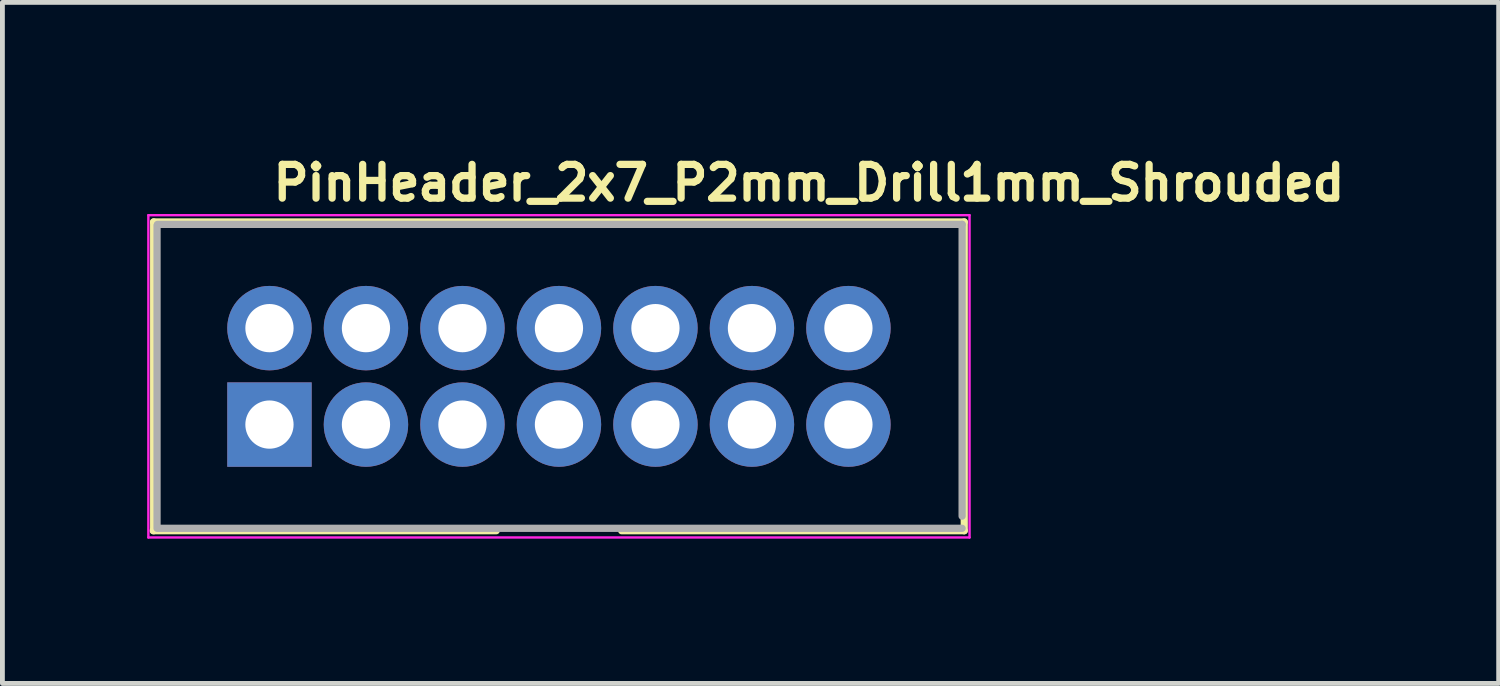
<source format=kicad_pcb>
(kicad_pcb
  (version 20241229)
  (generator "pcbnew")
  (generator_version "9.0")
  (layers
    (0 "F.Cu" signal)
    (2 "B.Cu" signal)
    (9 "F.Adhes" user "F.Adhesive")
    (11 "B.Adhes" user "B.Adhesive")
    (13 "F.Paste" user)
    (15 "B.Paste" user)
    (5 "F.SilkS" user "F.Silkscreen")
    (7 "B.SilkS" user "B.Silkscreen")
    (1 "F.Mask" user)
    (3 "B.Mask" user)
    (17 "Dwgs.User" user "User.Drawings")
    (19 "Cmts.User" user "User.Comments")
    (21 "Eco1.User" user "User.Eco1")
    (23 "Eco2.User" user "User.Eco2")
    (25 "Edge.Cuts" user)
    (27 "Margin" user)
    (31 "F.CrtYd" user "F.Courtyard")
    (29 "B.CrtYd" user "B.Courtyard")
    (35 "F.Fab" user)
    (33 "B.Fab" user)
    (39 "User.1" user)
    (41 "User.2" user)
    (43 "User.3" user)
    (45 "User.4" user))
  (footprint "PinHeader_2x7_P2mm_Drill1mm_Shrouded"
    (layer "F.Cu")
    (at 2.535 5.75)
    (property "Reference" "PinHeader_2x7_P2mm_Drill1mm_Shrouded" (at 0 -4.6 0) (layer "F.SilkS") (effects (font (size 0.7 0.7) (thickness 0.15)) (justify left bottom)))
    (attr through_hole)
    (fp_line (start -2.41 2.2) (end 4.7 2.2) (stroke (width 0.15) (type solid)) (layer "F.SilkS"))
    (fp_line (start -2.4 -4.2) (end 14.4 -4.2) (stroke (width 0.15) (type solid)) (layer "F.SilkS"))
    (fp_line (start -2.4 2.2) (end -2.4 -4.2) (stroke (width 0.15) (type solid)) (layer "F.SilkS"))
    (fp_line (start 14.4 -4.2) (end 14.4 2.2) (stroke (width 0.15) (type solid)) (layer "F.SilkS"))
    (fp_line (start 14.4 2.2) (end 7.3 2.2) (stroke (width 0.15) (type solid)) (layer "F.SilkS"))
    (fp_line (start -2.51 -4.34) (end 14.51 -4.34) (stroke (width 0.05) (type solid)) (layer "F.CrtYd"))
    (fp_line (start -2.51 2.34) (end -2.51 -4.34) (stroke (width 0.05) (type solid)) (layer "F.CrtYd"))
    (fp_line (start -2.51 2.34) (end 14.51 2.34) (stroke (width 0.05) (type solid)) (layer "F.CrtYd"))
    (fp_line (start 14.51 2.34) (end 14.51 -4.34) (stroke (width 0.05) (type solid)) (layer "F.CrtYd"))
    (fp_line (start -2.33 2.15) (end -2.33 -4.13) (stroke (width 0.15) (type solid)) (layer "F.Fab"))
    (fp_line (start 14.356 -4.15) (end -2.32 -4.15) (stroke (width 0.15) (type solid)) (layer "F.Fab"))
    (fp_line (start 14.356 1.898) (end 14.356 -4.15) (stroke (width 0.15) (type solid)) (layer "F.Fab"))
    (fp_line (start 14.356 2.15) (end -2.293 2.15) (stroke (width 0.15) (type solid)) (layer "F.Fab"))
    (fp_rect (start 14.326 2.15) (end -2.325 -4.15) (stroke (width 0.1) (type solid)) (fill no) (layer "User.5"))
    (fp_line (start -2.325 -4.15) (end -2.325 -1.749) (stroke (width 0.02) (type solid)) (layer "User.9"))
    (fp_line (start -2.325 -1.749) (end -2.023 -1.749) (stroke (width 0.02) (type solid)) (layer "User.9"))
    (fp_line (start -2.325 -1.148) (end -2.325 -1.749) (stroke (width 0.02) (type solid)) (layer "User.9"))
    (fp_line (start -2.325 -1.148) (end -1.425 -1.148) (stroke (width 0.02) (type solid)) (layer "User.9"))
    (fp_line (start -2.325 0.15) (end -2.325 -1.148) (stroke (width 0.02) (type solid)) (layer "User.9"))
    (fp_line (start -2.325 0.75) (end -2.325 0.15) (stroke (width 0.02) (type solid)) (layer "User.9"))
    (fp_line (start -2.325 0.75) (end -2.325 2.15) (stroke (width 0.02) (type solid)) (layer "User.9"))
    (fp_line (start -2.023 -3.85) (end 14.026 -3.85) (stroke (width 0.02) (type solid)) (layer "User.9"))
    (fp_line (start -2.023 -1.749) (end -2.023 -3.85) (stroke (width 0.02) (type solid)) (layer "User.9"))
    (fp_line (start -2.023 0.75) (end -2.325 0.75) (stroke (width 0.02) (type solid)) (layer "User.9"))
    (fp_line (start -2.023 1.851) (end -2.023 0.75) (stroke (width 0.02) (type solid)) (layer "User.9"))
    (fp_line (start -1.425 -3.249) (end -2.023 -3.85) (stroke (width 0.02) (type solid)) (layer "User.9"))
    (fp_line (start -1.425 -3.249) (end -1.024 -3.249) (stroke (width 0.02) (type solid)) (layer "User.9"))
    (fp_line (start -1.425 -1.148) (end -2.023 -1.749) (stroke (width 0.02) (type solid)) (layer "User.9"))
    (fp_line (start -1.425 -1.148) (end -1.425 -3.249) (stroke (width 0.02) (type solid)) (layer "User.9"))
    (fp_line (start -1.425 0.15) (end -2.325 0.15) (stroke (width 0.02) (type solid)) (layer "User.9"))
    (fp_line (start -1.425 0.15) (end -2.023 0.75) (stroke (width 0.02) (type solid)) (layer "User.9"))
    (fp_line (start -1.425 1.25) (end -2.023 1.851) (stroke (width 0.02) (type solid)) (layer "User.9"))
    (fp_line (start -1.425 1.25) (end -1.425 0.15) (stroke (width 0.02) (type solid)) (layer "User.9"))
    (fp_line (start -1.024 -3.249) (end -1.024 -3.499) (stroke (width 0.02) (type solid)) (layer "User.9"))
    (fp_line (start -1.024 1.25) (end -1.425 1.25) (stroke (width 0.02) (type solid)) (layer "User.9"))
    (fp_line (start -1.024 1.25) (end -1.024 1.5) (stroke (width 0.02) (type solid)) (layer "User.9"))
    (fp_line (start -0.4 -3.499) (end -1.024 -3.499) (stroke (width 0.02) (type solid)) (layer "User.9"))
    (fp_line (start -0.4 -3.249) (end -0.4 -3.499) (stroke (width 0.02) (type solid)) (layer "User.9"))
    (fp_line (start -0.4 -3.249) (end 0.402 -3.249) (stroke (width 0.02) (type solid)) (layer "User.9"))
    (fp_line (start -0.325 2.13) (end 0.677 2.13) (stroke (width 0.02) (type solid)) (layer "User.9"))
    (fp_line (start -0.325 2.15) (end -2.325 2.15) (stroke (width 0.02) (type solid)) (layer "User.9"))
    (fp_line (start -0.325 2.15) (end -0.325 2.13) (stroke (width 0.02) (type solid)) (layer "User.9"))
    (fp_line (start -0.325 2.15) (end 0.176 2.15) (stroke (width 0.02) (type solid)) (layer "User.9"))
    (fp_line (start -0.248 -1.749) (end -0.248 -2.249) (stroke (width 0.02) (type solid)) (layer "User.9"))
    (fp_line (start -0.248 0.25) (end -0.248 -0.248) (stroke (width 0.02) (type solid)) (layer "User.9"))
    (fp_line (start -0.1 -2.1) (end -0.248 -2.249) (stroke (width 0.02) (type solid)) (layer "User.9"))
    (fp_line (start -0.1 -1.898) (end -0.248 -1.749) (stroke (width 0.02) (type solid)) (layer "User.9"))
    (fp_line (start -0.1 -1.898) (end -0.1 -2.1) (stroke (width 0.02) (type solid)) (layer "User.9"))
    (fp_line (start -0.1 -0.1) (end -0.248 -0.248) (stroke (width 0.02) (type solid)) (layer "User.9"))
    (fp_line (start -0.1 0.102) (end -0.248 0.25) (stroke (width 0.02) (type solid)) (layer "User.9"))
    (fp_line (start -0.1 0.102) (end -0.1 -0.1) (stroke (width 0.02) (type solid)) (layer "User.9"))
    (fp_line (start 0.102 -2.1) (end -0.1 -2.1) (stroke (width 0.02) (type solid)) (layer "User.9"))
    (fp_line (start 0.102 -2.1) (end 0.102 -1.898) (stroke (width 0.02) (type solid)) (layer "User.9"))
    (fp_line (start 0.102 -2.1) (end 0.25 -2.249) (stroke (width 0.02) (type solid)) (layer "User.9"))
    (fp_line (start 0.102 -1.898) (end -0.1 -1.898) (stroke (width 0.02) (type solid)) (layer "User.9"))
    (fp_line (start 0.102 -0.1) (end -0.1 -0.1) (stroke (width 0.02) (type solid)) (layer "User.9"))
    (fp_line (start 0.102 -0.1) (end 0.102 0.102) (stroke (width 0.02) (type solid)) (layer "User.9"))
    (fp_line (start 0.102 -0.1) (end 0.25 -0.248) (stroke (width 0.02) (type solid)) (layer "User.9"))
    (fp_line (start 0.102 0.102) (end -0.1 0.102) (stroke (width 0.02) (type solid)) (layer "User.9"))
    (fp_line (start 0.102 0.102) (end 0.25 0.25) (stroke (width 0.02) (type solid)) (layer "User.9"))
    (fp_line (start 0.176 2.15) (end 0.176 2.13) (stroke (width 0.02) (type solid)) (layer "User.9"))
    (fp_line (start 0.176 2.15) (end 0.677 2.15) (stroke (width 0.02) (type solid)) (layer "User.9"))
    (fp_line (start 0.25 -2.249) (end -0.248 -2.249) (stroke (width 0.02) (type solid)) (layer "User.9"))
    (fp_line (start 0.25 -2.249) (end 0.25 -1.749) (stroke (width 0.02) (type solid)) (layer "User.9"))
    (fp_line (start 0.25 -1.749) (end -0.248 -1.749) (stroke (width 0.02) (type solid)) (layer "User.9"))
    (fp_line (start 0.25 -1.749) (end 0.102 -1.898) (stroke (width 0.02) (type solid)) (layer "User.9"))
    (fp_line (start 0.25 -0.248) (end -0.248 -0.248) (stroke (width 0.02) (type solid)) (layer "User.9"))
    (fp_line (start 0.25 -0.248) (end 0.25 0.25) (stroke (width 0.02) (type solid)) (layer "User.9"))
    (fp_line (start 0.25 0.25) (end -0.248 0.25) (stroke (width 0.02) (type solid)) (layer "User.9"))
    (fp_line (start 0.389 1.25) (end 3.613 1.25) (stroke (width 0.02) (type solid)) (layer "User.9"))
    (fp_line (start 0.389 1.5) (end 0.389 1.25) (stroke (width 0.02) (type solid)) (layer "User.9"))
    (fp_line (start 0.402 -3.249) (end 0.402 -3.499) (stroke (width 0.02) (type solid)) (layer "User.9"))
    (fp_line (start 0.677 2.15) (end 0.677 2.13) (stroke (width 0.02) (type solid)) (layer "User.9"))
    (fp_line (start 1.75 -1.749) (end 1.75 -2.249) (stroke (width 0.02) (type solid)) (layer "User.9"))
    (fp_line (start 1.75 0.25) (end 1.75 -0.248) (stroke (width 0.02) (type solid)) (layer "User.9"))
    (fp_line (start 1.901 -2.1) (end 1.75 -2.249) (stroke (width 0.02) (type solid)) (layer "User.9"))
    (fp_line (start 1.901 -1.898) (end 1.75 -1.749) (stroke (width 0.02) (type solid)) (layer "User.9"))
    (fp_line (start 1.901 -1.898) (end 1.901 -2.1) (stroke (width 0.02) (type solid)) (layer "User.9"))
    (fp_line (start 1.901 -0.1) (end 1.75 -0.248) (stroke (width 0.02) (type solid)) (layer "User.9"))
    (fp_line (start 1.901 0.102) (end 1.75 0.25) (stroke (width 0.02) (type solid)) (layer "User.9"))
    (fp_line (start 1.901 0.102) (end 1.901 -0.1) (stroke (width 0.02) (type solid)) (layer "User.9"))
    (fp_line (start 2.101 -2.1) (end 1.901 -2.1) (stroke (width 0.02) (type solid)) (layer "User.9"))
    (fp_line (start 2.101 -2.1) (end 2.101 -1.898) (stroke (width 0.02) (type solid)) (layer "User.9"))
    (fp_line (start 2.101 -2.1) (end 2.25 -2.249) (stroke (width 0.02) (type solid)) (layer "User.9"))
    (fp_line (start 2.101 -1.898) (end 1.901 -1.898) (stroke (width 0.02) (type solid)) (layer "User.9"))
    (fp_line (start 2.101 -0.1) (end 1.901 -0.1) (stroke (width 0.02) (type solid)) (layer "User.9"))
    (fp_line (start 2.101 -0.1) (end 2.101 0.102) (stroke (width 0.02) (type solid)) (layer "User.9"))
    (fp_line (start 2.101 -0.1) (end 2.25 -0.248) (stroke (width 0.02) (type solid)) (layer "User.9"))
    (fp_line (start 2.101 0.102) (end 1.901 0.102) (stroke (width 0.02) (type solid)) (layer "User.9"))
    (fp_line (start 2.101 0.102) (end 2.25 0.25) (stroke (width 0.02) (type solid)) (layer "User.9"))
    (fp_line (start 2.25 -2.249) (end 1.75 -2.249) (stroke (width 0.02) (type solid)) (layer "User.9"))
    (fp_line (start 2.25 -2.249) (end 2.25 -1.749) (stroke (width 0.02) (type solid)) (layer "User.9"))
    (fp_line (start 2.25 -1.749) (end 1.75 -1.749) (stroke (width 0.02) (type solid)) (layer "User.9"))
    (fp_line (start 2.25 -1.749) (end 2.101 -1.898) (stroke (width 0.02) (type solid)) (layer "User.9"))
    (fp_line (start 2.25 -0.248) (end 1.75 -0.248) (stroke (width 0.02) (type solid)) (layer "User.9"))
    (fp_line (start 2.25 -0.248) (end 2.25 0.25) (stroke (width 0.02) (type solid)) (layer "User.9"))
    (fp_line (start 2.25 0.25) (end 1.75 0.25) (stroke (width 0.02) (type solid)) (layer "User.9"))
    (fp_line (start 3.613 1.5) (end 3.613 1.25) (stroke (width 0.02) (type solid)) (layer "User.9"))
    (fp_line (start 3.75 -1.749) (end 3.75 -2.249) (stroke (width 0.02) (type solid)) (layer "User.9"))
    (fp_line (start 3.75 0.25) (end 3.75 -0.248) (stroke (width 0.02) (type solid)) (layer "User.9"))
    (fp_line (start 3.9 -2.1) (end 3.75 -2.249) (stroke (width 0.02) (type solid)) (layer "User.9"))
    (fp_line (start 3.9 -1.898) (end 3.75 -1.749) (stroke (width 0.02) (type solid)) (layer "User.9"))
    (fp_line (start 3.9 -1.898) (end 3.9 -2.1) (stroke (width 0.02) (type solid)) (layer "User.9"))
    (fp_line (start 3.9 -0.1) (end 3.75 -0.248) (stroke (width 0.02) (type solid)) (layer "User.9"))
    (fp_line (start 3.9 0.102) (end 3.75 0.25) (stroke (width 0.02) (type solid)) (layer "User.9"))
    (fp_line (start 3.9 0.102) (end 3.9 -0.1) (stroke (width 0.02) (type solid)) (layer "User.9"))
    (fp_line (start 4 1.851) (end -2.023 1.851) (stroke (width 0.02) (type solid)) (layer "User.9"))
    (fp_line (start 4 2.15) (end 0.677 2.15) (stroke (width 0.02) (type solid)) (layer "User.9"))
    (fp_line (start 4.05 1.849) (end 4 1.851) (stroke (width 0.02) (type solid)) (layer "User.9"))
    (fp_line (start 4.098 1.845) (end 4.05 1.849) (stroke (width 0.02) (type solid)) (layer "User.9"))
    (fp_line (start 4.1 -2.1) (end 3.9 -2.1) (stroke (width 0.02) (type solid)) (layer "User.9"))
    (fp_line (start 4.1 -2.1) (end 4.1 -1.898) (stroke (width 0.02) (type solid)) (layer "User.9"))
    (fp_line (start 4.1 -2.1) (end 4.25 -2.249) (stroke (width 0.02) (type solid)) (layer "User.9"))
    (fp_line (start 4.1 -1.898) (end 3.9 -1.898) (stroke (width 0.02) (type solid)) (layer "User.9"))
    (fp_line (start 4.1 -0.1) (end 3.9 -0.1) (stroke (width 0.02) (type solid)) (layer "User.9"))
    (fp_line (start 4.1 -0.1) (end 4.1 0.102) (stroke (width 0.02) (type solid)) (layer "User.9"))
    (fp_line (start 4.1 -0.1) (end 4.25 -0.248) (stroke (width 0.02) (type solid)) (layer "User.9"))
    (fp_line (start 4.1 0.102) (end 3.9 0.102) (stroke (width 0.02) (type solid)) (layer "User.9"))
    (fp_line (start 4.1 0.102) (end 4.25 0.25) (stroke (width 0.02) (type solid)) (layer "User.9"))
    (fp_line (start 4.146 1.837) (end 4.098 1.845) (stroke (width 0.02) (type solid)) (layer "User.9"))
    (fp_line (start 4.194 1.827) (end 4.146 1.837) (stroke (width 0.02) (type solid)) (layer "User.9"))
    (fp_line (start 4.241 1.813) (end 4.194 1.827) (stroke (width 0.02) (type solid)) (layer "User.9"))
    (fp_line (start 4.25 -2.249) (end 3.75 -2.249) (stroke (width 0.02) (type solid)) (layer "User.9"))
    (fp_line (start 4.25 -2.249) (end 4.25 -1.749) (stroke (width 0.02) (type solid)) (layer "User.9"))
    (fp_line (start 4.25 -1.749) (end 3.75 -1.749) (stroke (width 0.02) (type solid)) (layer "User.9"))
    (fp_line (start 4.25 -1.749) (end 4.1 -1.898) (stroke (width 0.02) (type solid)) (layer "User.9"))
    (fp_line (start 4.25 -0.248) (end 3.75 -0.248) (stroke (width 0.02) (type solid)) (layer "User.9"))
    (fp_line (start 4.25 -0.248) (end 4.25 0.25) (stroke (width 0.02) (type solid)) (layer "User.9"))
    (fp_line (start 4.25 0.25) (end 3.75 0.25) (stroke (width 0.02) (type solid)) (layer "User.9"))
    (fp_line (start 4.287 1.797) (end 4.241 1.813) (stroke (width 0.02) (type solid)) (layer "User.9"))
    (fp_line (start 4.332 1.778) (end 4.287 1.797) (stroke (width 0.02) (type solid)) (layer "User.9"))
    (fp_line (start 4.374 1.758) (end 4.332 1.778) (stroke (width 0.02) (type solid)) (layer "User.9"))
    (fp_line (start 4.417 1.734) (end 4.374 1.758) (stroke (width 0.02) (type solid)) (layer "User.9"))
    (fp_line (start 4.457 1.708) (end 4.417 1.734) (stroke (width 0.02) (type solid)) (layer "User.9"))
    (fp_line (start 4.497 1.678) (end 4.457 1.708) (stroke (width 0.02) (type solid)) (layer "User.9"))
    (fp_line (start 4.534 1.647) (end 4.497 1.678) (stroke (width 0.02) (type solid)) (layer "User.9"))
    (fp_line (start 4.566 2.15) (end 4 2.15) (stroke (width 0.02) (type solid)) (layer "User.9"))
    (fp_line (start 4.566 2.15) (end 4.566 2.15) (stroke (width 0.02) (type solid)) (layer "User.9"))
    (fp_line (start 4.569 1.613) (end 4.534 1.647) (stroke (width 0.02) (type solid)) (layer "User.9"))
    (fp_line (start 4.603 1.579) (end 4.569 1.613) (stroke (width 0.02) (type solid)) (layer "User.9"))
    (fp_line (start 4.633 1.541) (end 4.603 1.579) (stroke (width 0.02) (type solid)) (layer "User.9"))
    (fp_line (start 4.662 1.5) (end -1.024 1.5) (stroke (width 0.02) (type solid)) (layer "User.9"))
    (fp_line (start 4.662 1.5) (end 4.633 1.541) (stroke (width 0.02) (type solid)) (layer "User.9"))
    (fp_line (start 4.678 2.15) (end 4.566 2.15) (stroke (width 0.02) (type solid)) (layer "User.9"))
    (fp_line (start 4.678 2.15) (end 4.678 2.15) (stroke (width 0.02) (type solid)) (layer "User.9"))
    (fp_line (start 4.721 2.15) (end 4.678 2.15) (stroke (width 0.02) (type solid)) (layer "User.9"))
    (fp_line (start 4.721 2.15) (end 4.721 2.15) (stroke (width 0.02) (type solid)) (layer "User.9"))
    (fp_line (start 4.757 2.15) (end 4.721 2.15) (stroke (width 0.02) (type solid)) (layer "User.9"))
    (fp_line (start 4.757 2.15) (end 4.757 2.15) (stroke (width 0.02) (type solid)) (layer "User.9"))
    (fp_line (start 4.781 2.15) (end 4.757 2.15) (stroke (width 0.02) (type solid)) (layer "User.9"))
    (fp_line (start 4.781 2.15) (end 4.781 2.15) (stroke (width 0.02) (type solid)) (layer "User.9"))
    (fp_line (start 4.795 2.15) (end 4.781 2.15) (stroke (width 0.02) (type solid)) (layer "User.9"))
    (fp_line (start 4.795 2.15) (end 4.795 2.15) (stroke (width 0.02) (type solid)) (layer "User.9"))
    (fp_line (start 4.8 1.5) (end 4.662 1.5) (stroke (width 0.02) (type solid)) (layer "User.9"))
    (fp_line (start 4.8 2.15) (end 4.795 2.15) (stroke (width 0.02) (type solid)) (layer "User.9"))
    (fp_line (start 4.8 2.15) (end 4.8 1.5) (stroke (width 0.02) (type solid)) (layer "User.9"))
    (fp_line (start 4.8 2.15) (end 7.202 2.15) (stroke (width 0.02) (type solid)) (layer "User.9"))
    (fp_line (start 5.601 -3.499) (end 0.402 -3.499) (stroke (width 0.02) (type solid)) (layer "User.9"))
    (fp_line (start 5.601 -3.499) (end 5.601 -3.249) (stroke (width 0.02) (type solid)) (layer "User.9"))
    (fp_line (start 5.601 -3.249) (end 6.401 -3.249) (stroke (width 0.02) (type solid)) (layer "User.9"))
    (fp_line (start 5.75 -1.749) (end 5.75 -2.249) (stroke (width 0.02) (type solid)) (layer "User.9"))
    (fp_line (start 5.75 0.25) (end 5.75 -0.248) (stroke (width 0.02) (type solid)) (layer "User.9"))
    (fp_line (start 5.901 -2.1) (end 5.75 -2.249) (stroke (width 0.02) (type solid)) (layer "User.9"))
    (fp_line (start 5.901 -1.898) (end 5.75 -1.749) (stroke (width 0.02) (type solid)) (layer "User.9"))
    (fp_line (start 5.901 -1.898) (end 5.901 -2.1) (stroke (width 0.02) (type solid)) (layer "User.9"))
    (fp_line (start 5.901 -0.1) (end 5.75 -0.248) (stroke (width 0.02) (type solid)) (layer "User.9"))
    (fp_line (start 5.901 0.102) (end 5.75 0.25) (stroke (width 0.02) (type solid)) (layer "User.9"))
    (fp_line (start 5.901 0.102) (end 5.901 -0.1) (stroke (width 0.02) (type solid)) (layer "User.9"))
    (fp_line (start 6.101 -2.1) (end 5.901 -2.1) (stroke (width 0.02) (type solid)) (layer "User.9"))
    (fp_line (start 6.101 -2.1) (end 6.101 -1.898) (stroke (width 0.02) (type solid)) (layer "User.9"))
    (fp_line (start 6.101 -2.1) (end 6.25 -2.249) (stroke (width 0.02) (type solid)) (layer "User.9"))
    (fp_line (start 6.101 -1.898) (end 5.901 -1.898) (stroke (width 0.02) (type solid)) (layer "User.9"))
    (fp_line (start 6.101 -0.1) (end 5.901 -0.1) (stroke (width 0.02) (type solid)) (layer "User.9"))
    (fp_line (start 6.101 -0.1) (end 6.101 0.102) (stroke (width 0.02) (type solid)) (layer "User.9"))
    (fp_line (start 6.101 -0.1) (end 6.25 -0.248) (stroke (width 0.02) (type solid)) (layer "User.9"))
    (fp_line (start 6.101 0.102) (end 5.901 0.102) (stroke (width 0.02) (type solid)) (layer "User.9"))
    (fp_line (start 6.101 0.102) (end 6.25 0.25) (stroke (width 0.02) (type solid)) (layer "User.9"))
    (fp_line (start 6.25 -2.249) (end 5.75 -2.249) (stroke (width 0.02) (type solid)) (layer "User.9"))
    (fp_line (start 6.25 -2.249) (end 6.25 -1.749) (stroke (width 0.02) (type solid)) (layer "User.9"))
    (fp_line (start 6.25 -1.749) (end 5.75 -1.749) (stroke (width 0.02) (type solid)) (layer "User.9"))
    (fp_line (start 6.25 -1.749) (end 6.101 -1.898) (stroke (width 0.02) (type solid)) (layer "User.9"))
    (fp_line (start 6.25 -0.248) (end 5.75 -0.248) (stroke (width 0.02) (type solid)) (layer "User.9"))
    (fp_line (start 6.25 -0.248) (end 6.25 0.25) (stroke (width 0.02) (type solid)) (layer "User.9"))
    (fp_line (start 6.25 0.25) (end 5.75 0.25) (stroke (width 0.02) (type solid)) (layer "User.9"))
    (fp_line (start 6.401 -3.249) (end 6.401 -3.499) (stroke (width 0.02) (type solid)) (layer "User.9"))
    (fp_line (start 7.202 2.15) (end 7.202 1.5) (stroke (width 0.02) (type solid)) (layer "User.9"))
    (fp_line (start 7.207 2.15) (end 7.202 2.15) (stroke (width 0.02) (type solid)) (layer "User.9"))
    (fp_line (start 7.207 2.15) (end 7.207 2.15) (stroke (width 0.02) (type solid)) (layer "User.9"))
    (fp_line (start 7.221 2.15) (end 7.207 2.15) (stroke (width 0.02) (type solid)) (layer "User.9"))
    (fp_line (start 7.221 2.15) (end 7.221 2.15) (stroke (width 0.02) (type solid)) (layer "User.9"))
    (fp_line (start 7.245 2.15) (end 7.221 2.15) (stroke (width 0.02) (type solid)) (layer "User.9"))
    (fp_line (start 7.245 2.15) (end 7.245 2.15) (stroke (width 0.02) (type solid)) (layer "User.9"))
    (fp_line (start 7.281 2.15) (end 7.245 2.15) (stroke (width 0.02) (type solid)) (layer "User.9"))
    (fp_line (start 7.281 2.15) (end 7.281 2.15) (stroke (width 0.02) (type solid)) (layer "User.9"))
    (fp_line (start 7.324 2.15) (end 7.281 2.15) (stroke (width 0.02) (type solid)) (layer "User.9"))
    (fp_line (start 7.324 2.15) (end 7.324 2.15) (stroke (width 0.02) (type solid)) (layer "User.9"))
    (fp_line (start 7.34 1.5) (end 7.202 1.5) (stroke (width 0.02) (type solid)) (layer "User.9"))
    (fp_line (start 7.369 1.541) (end 7.34 1.5) (stroke (width 0.02) (type solid)) (layer "User.9"))
    (fp_line (start 7.375 2.15) (end 7.324 2.15) (stroke (width 0.02) (type solid)) (layer "User.9"))
    (fp_line (start 7.375 2.15) (end 7.375 2.15) (stroke (width 0.02) (type solid)) (layer "User.9"))
    (fp_line (start 7.399 1.579) (end 7.369 1.541) (stroke (width 0.02) (type solid)) (layer "User.9"))
    (fp_line (start 7.433 1.613) (end 7.399 1.579) (stroke (width 0.02) (type solid)) (layer "User.9"))
    (fp_line (start 7.436 2.15) (end 7.375 2.15) (stroke (width 0.02) (type solid)) (layer "User.9"))
    (fp_line (start 7.436 2.15) (end 7.436 2.15) (stroke (width 0.02) (type solid)) (layer "User.9"))
    (fp_line (start 7.468 1.647) (end 7.433 1.613) (stroke (width 0.02) (type solid)) (layer "User.9"))
    (fp_line (start 7.505 1.678) (end 7.468 1.647) (stroke (width 0.02) (type solid)) (layer "User.9"))
    (fp_line (start 7.545 1.708) (end 7.505 1.678) (stroke (width 0.02) (type solid)) (layer "User.9"))
    (fp_line (start 7.585 1.734) (end 7.545 1.708) (stroke (width 0.02) (type solid)) (layer "User.9"))
    (fp_line (start 7.627 1.758) (end 7.585 1.734) (stroke (width 0.02) (type solid)) (layer "User.9"))
    (fp_line (start 7.67 1.778) (end 7.627 1.758) (stroke (width 0.02) (type solid)) (layer "User.9"))
    (fp_line (start 7.715 1.797) (end 7.67 1.778) (stroke (width 0.02) (type solid)) (layer "User.9"))
    (fp_line (start 7.75 -1.749) (end 7.75 -2.249) (stroke (width 0.02) (type solid)) (layer "User.9"))
    (fp_line (start 7.75 0.25) (end 7.75 -0.248) (stroke (width 0.02) (type solid)) (layer "User.9"))
    (fp_line (start 7.761 1.813) (end 7.715 1.797) (stroke (width 0.02) (type solid)) (layer "User.9"))
    (fp_line (start 7.808 1.827) (end 7.761 1.813) (stroke (width 0.02) (type solid)) (layer "User.9"))
    (fp_line (start 7.856 1.837) (end 7.808 1.827) (stroke (width 0.02) (type solid)) (layer "User.9"))
    (fp_line (start 7.901 -2.1) (end 7.75 -2.249) (stroke (width 0.02) (type solid)) (layer "User.9"))
    (fp_line (start 7.901 -1.898) (end 7.75 -1.749) (stroke (width 0.02) (type solid)) (layer "User.9"))
    (fp_line (start 7.901 -1.898) (end 7.901 -2.1) (stroke (width 0.02) (type solid)) (layer "User.9"))
    (fp_line (start 7.901 -0.1) (end 7.75 -0.248) (stroke (width 0.02) (type solid)) (layer "User.9"))
    (fp_line (start 7.901 0.102) (end 7.75 0.25) (stroke (width 0.02) (type solid)) (layer "User.9"))
    (fp_line (start 7.901 0.102) (end 7.901 -0.1) (stroke (width 0.02) (type solid)) (layer "User.9"))
    (fp_line (start 7.904 1.845) (end 7.856 1.837) (stroke (width 0.02) (type solid)) (layer "User.9"))
    (fp_line (start 7.952 1.849) (end 7.904 1.845) (stroke (width 0.02) (type solid)) (layer "User.9"))
    (fp_line (start 8 1.851) (end 7.952 1.849) (stroke (width 0.02) (type solid)) (layer "User.9"))
    (fp_line (start 8 2.15) (end 7.436 2.15) (stroke (width 0.02) (type solid)) (layer "User.9"))
    (fp_line (start 8.1 -2.1) (end 7.901 -2.1) (stroke (width 0.02) (type solid)) (layer "User.9"))
    (fp_line (start 8.1 -2.1) (end 8.1 -1.898) (stroke (width 0.02) (type solid)) (layer "User.9"))
    (fp_line (start 8.1 -2.1) (end 8.25 -2.249) (stroke (width 0.02) (type solid)) (layer "User.9"))
    (fp_line (start 8.1 -1.898) (end 7.901 -1.898) (stroke (width 0.02) (type solid)) (layer "User.9"))
    (fp_line (start 8.1 -0.1) (end 7.901 -0.1) (stroke (width 0.02) (type solid)) (layer "User.9"))
    (fp_line (start 8.1 -0.1) (end 8.1 0.102) (stroke (width 0.02) (type solid)) (layer "User.9"))
    (fp_line (start 8.1 -0.1) (end 8.25 -0.248) (stroke (width 0.02) (type solid)) (layer "User.9"))
    (fp_line (start 8.1 0.102) (end 7.901 0.102) (stroke (width 0.02) (type solid)) (layer "User.9"))
    (fp_line (start 8.1 0.102) (end 8.25 0.25) (stroke (width 0.02) (type solid)) (layer "User.9"))
    (fp_line (start 8.25 -2.249) (end 7.75 -2.249) (stroke (width 0.02) (type solid)) (layer "User.9"))
    (fp_line (start 8.25 -2.249) (end 8.25 -1.749) (stroke (width 0.02) (type solid)) (layer "User.9"))
    (fp_line (start 8.25 -1.749) (end 7.75 -1.749) (stroke (width 0.02) (type solid)) (layer "User.9"))
    (fp_line (start 8.25 -1.749) (end 8.1 -1.898) (stroke (width 0.02) (type solid)) (layer "User.9"))
    (fp_line (start 8.25 -0.248) (end 7.75 -0.248) (stroke (width 0.02) (type solid)) (layer "User.9"))
    (fp_line (start 8.25 -0.248) (end 8.25 0.25) (stroke (width 0.02) (type solid)) (layer "User.9"))
    (fp_line (start 8.25 0.25) (end 7.75 0.25) (stroke (width 0.02) (type solid)) (layer "User.9"))
    (fp_line (start 8.388 1.25) (end 11.613 1.25) (stroke (width 0.02) (type solid)) (layer "User.9"))
    (fp_line (start 8.388 1.5) (end 8.388 1.25) (stroke (width 0.02) (type solid)) (layer "User.9"))
    (fp_line (start 9.75 -1.749) (end 9.75 -2.249) (stroke (width 0.02) (type solid)) (layer "User.9"))
    (fp_line (start 9.75 0.25) (end 9.75 -0.248) (stroke (width 0.02) (type solid)) (layer "User.9"))
    (fp_line (start 9.901 -2.1) (end 9.75 -2.249) (stroke (width 0.02) (type solid)) (layer "User.9"))
    (fp_line (start 9.901 -1.898) (end 9.75 -1.749) (stroke (width 0.02) (type solid)) (layer "User.9"))
    (fp_line (start 9.901 -1.898) (end 9.901 -2.1) (stroke (width 0.02) (type solid)) (layer "User.9"))
    (fp_line (start 9.901 -0.1) (end 9.75 -0.248) (stroke (width 0.02) (type solid)) (layer "User.9"))
    (fp_line (start 9.901 0.102) (end 9.75 0.25) (stroke (width 0.02) (type solid)) (layer "User.9"))
    (fp_line (start 9.901 0.102) (end 9.901 -0.1) (stroke (width 0.02) (type solid)) (layer "User.9"))
    (fp_line (start 10.1 -2.1) (end 9.901 -2.1) (stroke (width 0.02) (type solid)) (layer "User.9"))
    (fp_line (start 10.1 -2.1) (end 10.1 -1.898) (stroke (width 0.02) (type solid)) (layer "User.9"))
    (fp_line (start 10.1 -2.1) (end 10.25 -2.249) (stroke (width 0.02) (type solid)) (layer "User.9"))
    (fp_line (start 10.1 -1.898) (end 9.901 -1.898) (stroke (width 0.02) (type solid)) (layer "User.9"))
    (fp_line (start 10.1 -0.1) (end 9.901 -0.1) (stroke (width 0.02) (type solid)) (layer "User.9"))
    (fp_line (start 10.1 -0.1) (end 10.1 0.102) (stroke (width 0.02) (type solid)) (layer "User.9"))
    (fp_line (start 10.1 -0.1) (end 10.25 -0.248) (stroke (width 0.02) (type solid)) (layer "User.9"))
    (fp_line (start 10.1 0.102) (end 9.901 0.102) (stroke (width 0.02) (type solid)) (layer "User.9"))
    (fp_line (start 10.1 0.102) (end 10.25 0.25) (stroke (width 0.02) (type solid)) (layer "User.9"))
    (fp_line (start 10.25 -2.249) (end 9.75 -2.249) (stroke (width 0.02) (type solid)) (layer "User.9"))
    (fp_line (start 10.25 -2.249) (end 10.25 -1.749) (stroke (width 0.02) (type solid)) (layer "User.9"))
    (fp_line (start 10.25 -1.749) (end 9.75 -1.749) (stroke (width 0.02) (type solid)) (layer "User.9"))
    (fp_line (start 10.25 -1.749) (end 10.1 -1.898) (stroke (width 0.02) (type solid)) (layer "User.9"))
    (fp_line (start 10.25 -0.248) (end 9.75 -0.248) (stroke (width 0.02) (type solid)) (layer "User.9"))
    (fp_line (start 10.25 -0.248) (end 10.25 0.25) (stroke (width 0.02) (type solid)) (layer "User.9"))
    (fp_line (start 10.25 0.25) (end 9.75 0.25) (stroke (width 0.02) (type solid)) (layer "User.9"))
    (fp_line (start 11.6 -3.499) (end 6.401 -3.499) (stroke (width 0.02) (type solid)) (layer "User.9"))
    (fp_line (start 11.6 -3.249) (end 11.6 -3.499) (stroke (width 0.02) (type solid)) (layer "User.9"))
    (fp_line (start 11.6 -3.249) (end 12.401 -3.249) (stroke (width 0.02) (type solid)) (layer "User.9"))
    (fp_line (start 11.613 1.5) (end 11.613 1.25) (stroke (width 0.02) (type solid)) (layer "User.9"))
    (fp_line (start 11.75 -1.749) (end 11.75 -2.249) (stroke (width 0.02) (type solid)) (layer "User.9"))
    (fp_line (start 11.75 0.25) (end 11.75 -0.248) (stroke (width 0.02) (type solid)) (layer "User.9"))
    (fp_line (start 11.901 -2.1) (end 11.75 -2.249) (stroke (width 0.02) (type solid)) (layer "User.9"))
    (fp_line (start 11.901 -1.898) (end 11.75 -1.749) (stroke (width 0.02) (type solid)) (layer "User.9"))
    (fp_line (start 11.901 -1.898) (end 11.901 -2.1) (stroke (width 0.02) (type solid)) (layer "User.9"))
    (fp_line (start 11.901 -0.1) (end 11.75 -0.248) (stroke (width 0.02) (type solid)) (layer "User.9"))
    (fp_line (start 11.901 0.102) (end 11.75 0.25) (stroke (width 0.02) (type solid)) (layer "User.9"))
    (fp_line (start 11.901 0.102) (end 11.901 -0.1) (stroke (width 0.02) (type solid)) (layer "User.9"))
    (fp_line (start 12.1 -2.1) (end 11.901 -2.1) (stroke (width 0.02) (type solid)) (layer "User.9"))
    (fp_line (start 12.1 -2.1) (end 12.1 -1.898) (stroke (width 0.02) (type solid)) (layer "User.9"))
    (fp_line (start 12.1 -2.1) (end 12.25 -2.249) (stroke (width 0.02) (type solid)) (layer "User.9"))
    (fp_line (start 12.1 -1.898) (end 11.901 -1.898) (stroke (width 0.02) (type solid)) (layer "User.9"))
    (fp_line (start 12.1 -0.1) (end 11.901 -0.1) (stroke (width 0.02) (type solid)) (layer "User.9"))
    (fp_line (start 12.1 -0.1) (end 12.1 0.102) (stroke (width 0.02) (type solid)) (layer "User.9"))
    (fp_line (start 12.1 -0.1) (end 12.25 -0.248) (stroke (width 0.02) (type solid)) (layer "User.9"))
    (fp_line (start 12.1 0.102) (end 11.901 0.102) (stroke (width 0.02) (type solid)) (layer "User.9"))
    (fp_line (start 12.1 0.102) (end 12.25 0.25) (stroke (width 0.02) (type solid)) (layer "User.9"))
    (fp_line (start 12.25 -2.249) (end 11.75 -2.249) (stroke (width 0.02) (type solid)) (layer "User.9"))
    (fp_line (start 12.25 -2.249) (end 12.25 -1.749) (stroke (width 0.02) (type solid)) (layer "User.9"))
    (fp_line (start 12.25 -1.749) (end 11.75 -1.749) (stroke (width 0.02) (type solid)) (layer "User.9"))
    (fp_line (start 12.25 -1.749) (end 12.1 -1.898) (stroke (width 0.02) (type solid)) (layer "User.9"))
    (fp_line (start 12.25 -0.248) (end 11.75 -0.248) (stroke (width 0.02) (type solid)) (layer "User.9"))
    (fp_line (start 12.25 -0.248) (end 12.25 0.25) (stroke (width 0.02) (type solid)) (layer "User.9"))
    (fp_line (start 12.25 0.25) (end 11.75 0.25) (stroke (width 0.02) (type solid)) (layer "User.9"))
    (fp_line (start 12.401 -3.249) (end 12.401 -3.499) (stroke (width 0.02) (type solid)) (layer "User.9"))
    (fp_line (start 13.026 -3.499) (end 12.401 -3.499) (stroke (width 0.02) (type solid)) (layer "User.9"))
    (fp_line (start 13.026 -3.249) (end 13.026 -3.499) (stroke (width 0.02) (type solid)) (layer "User.9"))
    (fp_line (start 13.026 -3.249) (end 13.426 -3.249) (stroke (width 0.02) (type solid)) (layer "User.9"))
    (fp_line (start 13.026 1.25) (end 13.026 1.5) (stroke (width 0.02) (type solid)) (layer "User.9"))
    (fp_line (start 13.026 1.5) (end 7.34 1.5) (stroke (width 0.02) (type solid)) (layer "User.9"))
    (fp_line (start 13.426 -3.249) (end 13.426 -2.148) (stroke (width 0.02) (type solid)) (layer "User.9"))
    (fp_line (start 13.426 -3.249) (end 14.026 -3.85) (stroke (width 0.02) (type solid)) (layer "User.9"))
    (fp_line (start 13.426 -2.148) (end 14.026 -2.749) (stroke (width 0.02) (type solid)) (layer "User.9"))
    (fp_line (start 13.426 -2.148) (end 14.326 -2.148) (stroke (width 0.02) (type solid)) (layer "User.9"))
    (fp_line (start 13.426 -0.848) (end 13.426 1.25) (stroke (width 0.02) (type solid)) (layer "User.9"))
    (fp_line (start 13.426 -0.848) (end 14.026 -0.248) (stroke (width 0.02) (type solid)) (layer "User.9"))
    (fp_line (start 13.426 1.25) (end 13.026 1.25) (stroke (width 0.02) (type solid)) (layer "User.9"))
    (fp_line (start 13.426 1.25) (end 14.026 1.851) (stroke (width 0.02) (type solid)) (layer "User.9"))
    (fp_line (start 14.026 -3.85) (end 14.026 -2.749) (stroke (width 0.02) (type solid)) (layer "User.9"))
    (fp_line (start 14.026 -2.749) (end 14.326 -2.749) (stroke (width 0.02) (type solid)) (layer "User.9"))
    (fp_line (start 14.026 -0.248) (end 14.026 1.851) (stroke (width 0.02) (type solid)) (layer "User.9"))
    (fp_line (start 14.026 1.851) (end 8 1.851) (stroke (width 0.02) (type solid)) (layer "User.9"))
    (fp_line (start 14.326 -4.15) (end -2.325 -4.15) (stroke (width 0.02) (type solid)) (layer "User.9"))
    (fp_line (start 14.326 -4.15) (end 14.326 -2.749) (stroke (width 0.02) (type solid)) (layer "User.9"))
    (fp_line (start 14.326 -2.749) (end 14.326 -2.148) (stroke (width 0.02) (type solid)) (layer "User.9"))
    (fp_line (start 14.326 -0.848) (end 13.426 -0.848) (stroke (width 0.02) (type solid)) (layer "User.9"))
    (fp_line (start 14.326 -0.848) (end 14.326 -2.148) (stroke (width 0.02) (type solid)) (layer "User.9"))
    (fp_line (start 14.326 -0.848) (end 14.326 -0.248) (stroke (width 0.02) (type solid)) (layer "User.9"))
    (fp_line (start 14.326 -0.248) (end 14.026 -0.248) (stroke (width 0.02) (type solid)) (layer "User.9"))
    (fp_line (start 14.326 -0.248) (end 14.326 2.15) (stroke (width 0.02) (type solid)) (layer "User.9"))
    (fp_line (start 14.326 2.15) (end 8 2.15) (stroke (width 0.02) (type solid)) (layer "User.9"))
    (pad "1" thru_hole rect (at 0 0 180) (size 1.75 1.75) (drill 1) (layers "*.Cu" "*.Mask"))
    (pad "2" thru_hole circle (at 0 -1.999 180) (size 1.75 1.75) (drill 1) (layers "*.Cu" "*.Mask"))
    (pad "3" thru_hole circle (at 2 0 180) (size 1.75 1.75) (drill 1) (layers "*.Cu" "*.Mask"))
    (pad "4" thru_hole circle (at 2 -1.999 180) (size 1.75 1.75) (drill 1) (layers "*.Cu" "*.Mask"))
    (pad "5" thru_hole circle (at 4 0 180) (size 1.75 1.75) (drill 1) (layers "*.Cu" "*.Mask"))
    (pad "6" thru_hole circle (at 4 -1.999 180) (size 1.75 1.75) (drill 1) (layers "*.Cu" "*.Mask"))
    (pad "7" thru_hole circle (at 6 0 180) (size 1.75 1.75) (drill 1) (layers "*.Cu" "*.Mask"))
    (pad "8" thru_hole circle (at 6 -1.999 180) (size 1.75 1.75) (drill 1) (layers "*.Cu" "*.Mask"))
    (pad "9" thru_hole circle (at 8 0 180) (size 1.75 1.75) (drill 1) (layers "*.Cu" "*.Mask"))
    (pad "10" thru_hole circle (at 8 -1.999 180) (size 1.75 1.75) (drill 1) (layers "*.Cu" "*.Mask"))
    (pad "11" thru_hole circle (at 10 0 180) (size 1.75 1.75) (drill 1) (layers "*.Cu" "*.Mask"))
    (pad "12" thru_hole circle (at 10 -1.999 180) (size 1.75 1.75) (drill 1) (layers "*.Cu" "*.Mask"))
    (pad "13" thru_hole circle (at 12 0 180) (size 1.75 1.75) (drill 1) (layers "*.Cu" "*.Mask"))
    (pad "14" thru_hole circle (at 12 -1.999 180) (size 1.75 1.75) (drill 1) (layers "*.Cu" "*.Mask")))
  (gr_rect
    (start -3 -3)
    (end 28.012 11.115)
    (stroke (width 0.1) (type default))
    (fill no)
    (layer "Edge.Cuts")))
</source>
